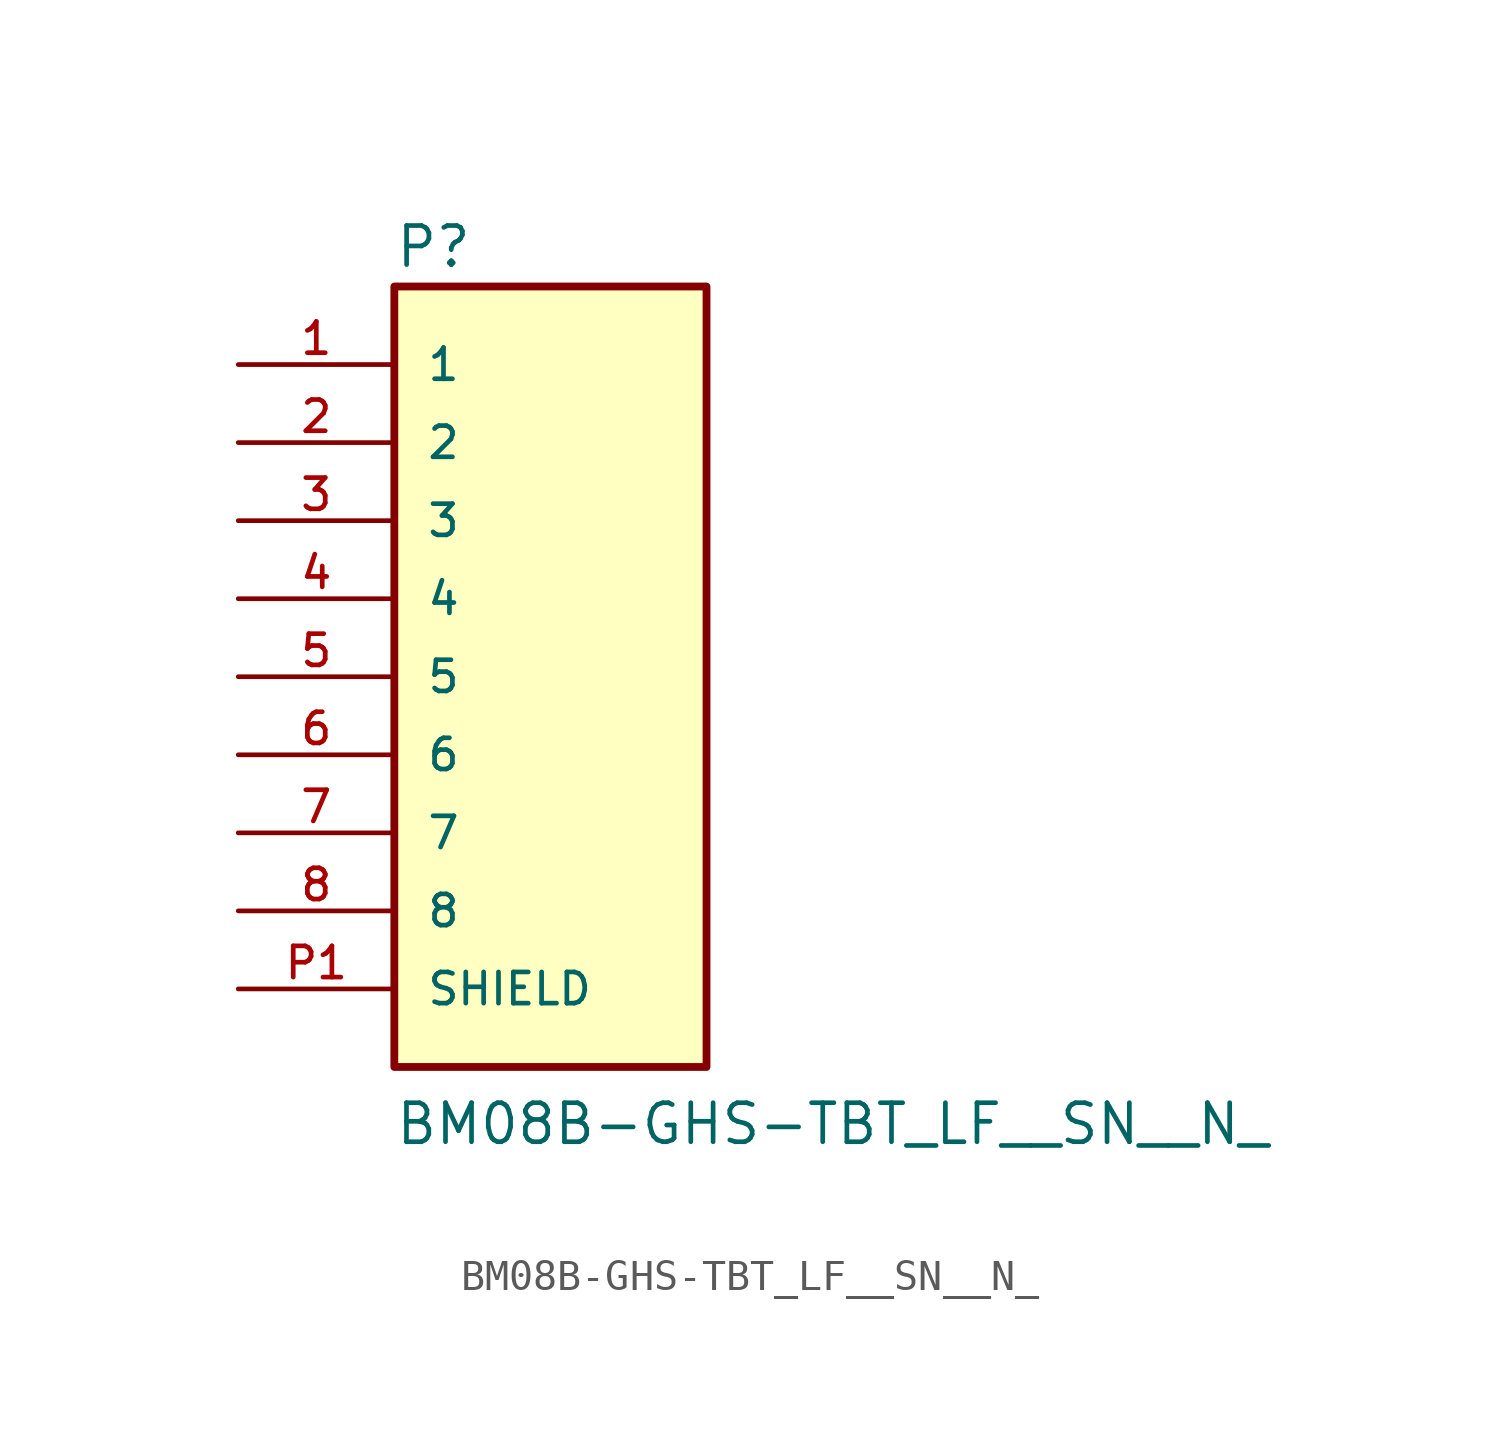
<source format=kicad_sym>
(kicad_symbol_lib
  (version 20211014)
  (generator kicad_symbol_editor)
  (symbol "BM08B-GHS-TBT_LF__SN__N_"
    (pin_names
      (offset 1.016))
    (property "Reference" "P"
      (at -5.083 13.252 0)
      (effects (font (size 1.27 1.27)) (justify bottom left)))
    (property "Value" "BM08B-GHS-TBT_LF__SN__N_"
      (at -5.087 -15.296 0)
      (effects (font (size 1.27 1.27)) (justify bottom left)))
    (symbol "BM08B-GHS-TBT_LF__SN__N__0_0"
      (rectangle (start -5.08 -12.7) (end 5.08 12.7) (stroke (width 0.254)) (fill (type background)))
      (pin passive line (at -10.16 10.16 0) (length 5.08) (name "1" (effects (font (size 1.016 1.016)))) (number "1" (effects (font (size 1.016 1.016)))))
      (pin passive line (at -10.16 7.62 0) (length 5.08) (name "2" (effects (font (size 1.016 1.016)))) (number "2" (effects (font (size 1.016 1.016)))))
      (pin passive line (at -10.16 5.08 0) (length 5.08) (name "3" (effects (font (size 1.016 1.016)))) (number "3" (effects (font (size 1.016 1.016)))))
      (pin passive line (at -10.16 2.54 0) (length 5.08) (name "4" (effects (font (size 1.016 1.016)))) (number "4" (effects (font (size 1.016 1.016)))))
      (pin passive line (at -10.16 0.0 0) (length 5.08) (name "5" (effects (font (size 1.016 1.016)))) (number "5" (effects (font (size 1.016 1.016)))))
      (pin passive line (at -10.16 -2.54 0) (length 5.08) (name "6" (effects (font (size 1.016 1.016)))) (number "6" (effects (font (size 1.016 1.016)))))
      (pin passive line (at -10.16 -5.08 0) (length 5.08) (name "7" (effects (font (size 1.016 1.016)))) (number "7" (effects (font (size 1.016 1.016)))))
      (pin passive line (at -10.16 -7.62 0) (length 5.08) (name "8" (effects (font (size 1.016 1.016)))) (number "8" (effects (font (size 1.016 1.016)))))
      (pin passive line (at -10.16 -10.16 0) (length 5.08) (name "SHIELD" (effects (font (size 1.016 1.016)))) (number "P1" (effects (font (size 1.016 1.016)))))
      (pin passive line (at -10.16 -10.16 0) (length 5.08) hide (name "SHIELD" (effects (font (size 1.016 1.016)))) (number "P2" (effects (font (size 1.016 1.016))))))))
</source>
